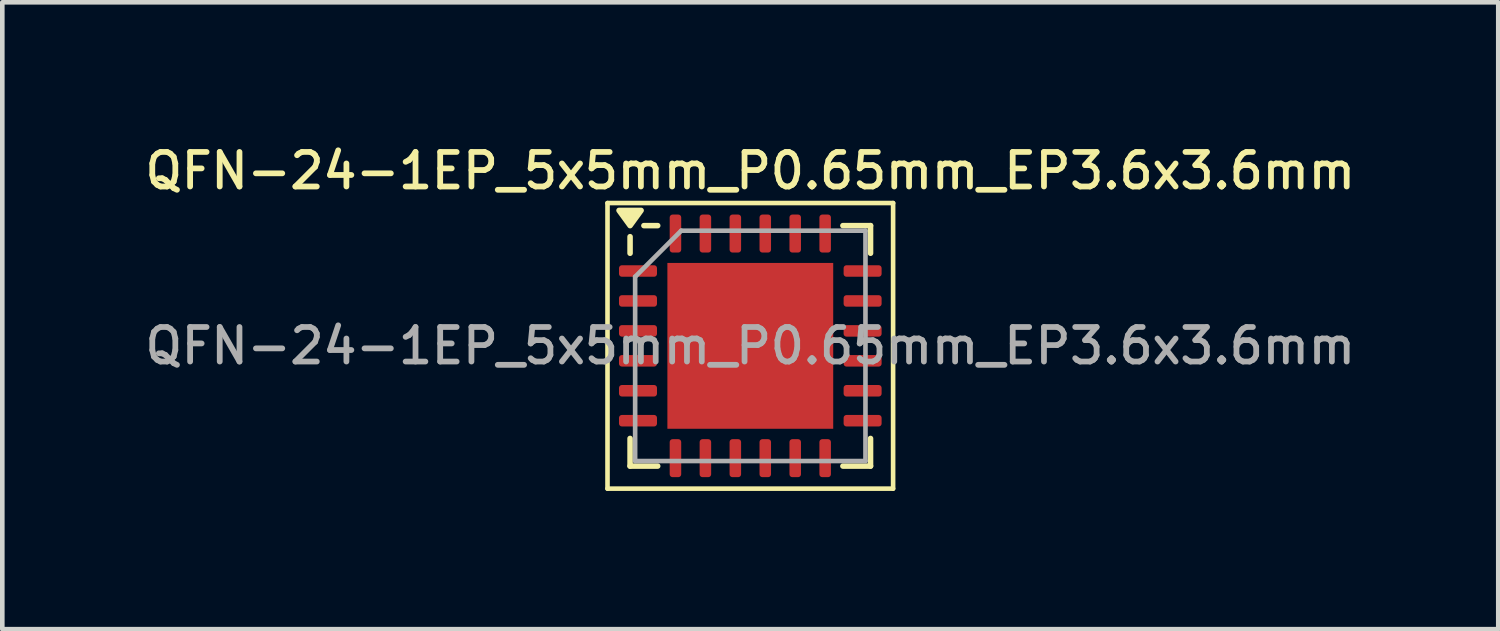
<source format=kicad_pcb>
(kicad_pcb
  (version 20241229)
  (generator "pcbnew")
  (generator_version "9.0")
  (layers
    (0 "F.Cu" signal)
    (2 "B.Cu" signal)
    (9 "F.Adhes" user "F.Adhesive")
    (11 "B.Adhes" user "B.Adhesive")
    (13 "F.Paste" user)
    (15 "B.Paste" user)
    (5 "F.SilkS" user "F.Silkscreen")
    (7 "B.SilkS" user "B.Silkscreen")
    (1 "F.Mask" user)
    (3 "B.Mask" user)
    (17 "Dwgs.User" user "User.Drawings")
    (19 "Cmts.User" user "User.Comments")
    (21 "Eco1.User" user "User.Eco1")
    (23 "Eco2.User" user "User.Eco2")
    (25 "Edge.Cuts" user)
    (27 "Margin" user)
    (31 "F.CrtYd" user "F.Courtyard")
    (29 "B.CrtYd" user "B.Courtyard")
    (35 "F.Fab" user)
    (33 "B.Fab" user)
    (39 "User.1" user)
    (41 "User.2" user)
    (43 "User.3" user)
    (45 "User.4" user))
  (footprint "QFN-24-1EP_5x5mm_P0.65mm_EP3.6x3.6mm"
    (layer "F.Cu")
    (at 13.238 4.458)
    (property "Reference" "QFN-24-1EP_5x5mm_P0.65mm_EP3.6x3.6mm" (at 0 -3.8 0) (layer "F.SilkS") (effects (font (size 0.75 0.75) (thickness 0.125))))
    (attr smd)
    (fp_line (start -3.1 -3.1) (end -3.1 3.1) (stroke (width 0.1) (type solid)) (layer "F.SilkS"))
    (fp_line (start -3.1 3.1) (end 3.1 3.1) (stroke (width 0.1) (type solid)) (layer "F.SilkS"))
    (fp_line (start -2.61 -2.01) (end -2.61 -2.37) (stroke (width 0.12) (type solid)) (layer "F.SilkS"))
    (fp_line (start -2.61 2.61) (end -2.61 2.01) (stroke (width 0.12) (type solid)) (layer "F.SilkS"))
    (fp_line (start -2.01 -2.61) (end -2.31 -2.61) (stroke (width 0.12) (type solid)) (layer "F.SilkS"))
    (fp_line (start -2.01 2.61) (end -2.61 2.61) (stroke (width 0.12) (type solid)) (layer "F.SilkS"))
    (fp_line (start 2.01 -2.61) (end 2.61 -2.61) (stroke (width 0.12) (type solid)) (layer "F.SilkS"))
    (fp_line (start 2.01 2.61) (end 2.61 2.61) (stroke (width 0.12) (type solid)) (layer "F.SilkS"))
    (fp_line (start 2.61 -2.61) (end 2.61 -2.01) (stroke (width 0.12) (type solid)) (layer "F.SilkS"))
    (fp_line (start 2.61 2.61) (end 2.61 2.01) (stroke (width 0.12) (type solid)) (layer "F.SilkS"))
    (fp_line (start 3.1 -3.1) (end -3.1 -3.1) (stroke (width 0.1) (type solid)) (layer "F.SilkS"))
    (fp_line (start 3.1 3.1) (end 3.1 -3.1) (stroke (width 0.1) (type solid)) (layer "F.SilkS"))
    (fp_poly (pts (xy -2.61 -2.61) (xy -2.85 -2.94) (xy -2.37 -2.94) (xy -2.61 -2.61)) (stroke (width 0.12) (type solid)) (fill yes) (layer "F.SilkS"))
    (fp_line (start -2.5 -1.5) (end -1.5 -2.5) (stroke (width 0.1) (type solid)) (layer "F.Fab"))
    (fp_line (start -2.5 2.5) (end -2.5 -1.5) (stroke (width 0.1) (type solid)) (layer "F.Fab"))
    (fp_line (start -1.5 -2.5) (end 2.5 -2.5) (stroke (width 0.1) (type solid)) (layer "F.Fab"))
    (fp_line (start 2.5 -2.5) (end 2.5 2.5) (stroke (width 0.1) (type solid)) (layer "F.Fab"))
    (fp_line (start 2.5 2.5) (end -2.5 2.5) (stroke (width 0.1) (type solid)) (layer "F.Fab"))
    (fp_text user "${REFERENCE}" (at 0 0 0) (layer "F.Fab") (effects (font (size 0.75 0.75) (thickness 0.125))))
    (pad "" smd roundrect (at -1.2 -1.2) (size 0.97 0.97) (layers "F.Paste") (roundrect_rratio 0.25))
    (pad "" smd roundrect (at -1.2 0) (size 0.97 0.97) (layers "F.Paste") (roundrect_rratio 0.25))
    (pad "" smd roundrect (at -1.2 1.2) (size 0.97 0.97) (layers "F.Paste") (roundrect_rratio 0.25))
    (pad "" smd roundrect (at 0 -1.2) (size 0.97 0.97) (layers "F.Paste") (roundrect_rratio 0.25))
    (pad "" smd roundrect (at 0 0) (size 0.97 0.97) (layers "F.Paste") (roundrect_rratio 0.25))
    (pad "" smd roundrect (at 0 1.2) (size 0.97 0.97) (layers "F.Paste") (roundrect_rratio 0.25))
    (pad "" smd roundrect (at 1.2 -1.2) (size 0.97 0.97) (layers "F.Paste") (roundrect_rratio 0.25))
    (pad "" smd roundrect (at 1.2 0) (size 0.97 0.97) (layers "F.Paste") (roundrect_rratio 0.25))
    (pad "" smd roundrect (at 1.2 1.2) (size 0.97 0.97) (layers "F.Paste") (roundrect_rratio 0.25))
    (pad "1" smd roundrect (at -2.438 -1.625) (size 0.825 0.25) (layers "F.Cu" "F.Mask" "F.Paste") (roundrect_rratio 0.25))
    (pad "2" smd roundrect (at -2.438 -0.975) (size 0.825 0.25) (layers "F.Cu" "F.Mask" "F.Paste") (roundrect_rratio 0.25))
    (pad "3" smd roundrect (at -2.438 -0.325) (size 0.825 0.25) (layers "F.Cu" "F.Mask" "F.Paste") (roundrect_rratio 0.25))
    (pad "4" smd roundrect (at -2.438 0.325) (size 0.825 0.25) (layers "F.Cu" "F.Mask" "F.Paste") (roundrect_rratio 0.25))
    (pad "5" smd roundrect (at -2.438 0.975) (size 0.825 0.25) (layers "F.Cu" "F.Mask" "F.Paste") (roundrect_rratio 0.25))
    (pad "6" smd roundrect (at -2.438 1.625) (size 0.825 0.25) (layers "F.Cu" "F.Mask" "F.Paste") (roundrect_rratio 0.25))
    (pad "7" smd roundrect (at -1.625 2.438) (size 0.25 0.825) (layers "F.Cu" "F.Mask" "F.Paste") (roundrect_rratio 0.25))
    (pad "8" smd roundrect (at -0.975 2.438) (size 0.25 0.825) (layers "F.Cu" "F.Mask" "F.Paste") (roundrect_rratio 0.25))
    (pad "9" smd roundrect (at -0.325 2.438) (size 0.25 0.825) (layers "F.Cu" "F.Mask" "F.Paste") (roundrect_rratio 0.25))
    (pad "10" smd roundrect (at 0.325 2.438) (size 0.25 0.825) (layers "F.Cu" "F.Mask" "F.Paste") (roundrect_rratio 0.25))
    (pad "11" smd roundrect (at 0.975 2.438) (size 0.25 0.825) (layers "F.Cu" "F.Mask" "F.Paste") (roundrect_rratio 0.25))
    (pad "12" smd roundrect (at 1.625 2.438) (size 0.25 0.825) (layers "F.Cu" "F.Mask" "F.Paste") (roundrect_rratio 0.25))
    (pad "13" smd roundrect (at 2.438 1.625) (size 0.825 0.25) (layers "F.Cu" "F.Mask" "F.Paste") (roundrect_rratio 0.25))
    (pad "14" smd roundrect (at 2.438 0.975) (size 0.825 0.25) (layers "F.Cu" "F.Mask" "F.Paste") (roundrect_rratio 0.25))
    (pad "15" smd roundrect (at 2.438 0.325) (size 0.825 0.25) (layers "F.Cu" "F.Mask" "F.Paste") (roundrect_rratio 0.25))
    (pad "16" smd roundrect (at 2.438 -0.325) (size 0.825 0.25) (layers "F.Cu" "F.Mask" "F.Paste") (roundrect_rratio 0.25))
    (pad "17" smd roundrect (at 2.438 -0.975) (size 0.825 0.25) (layers "F.Cu" "F.Mask" "F.Paste") (roundrect_rratio 0.25))
    (pad "18" smd roundrect (at 2.438 -1.625) (size 0.825 0.25) (layers "F.Cu" "F.Mask" "F.Paste") (roundrect_rratio 0.25))
    (pad "19" smd roundrect (at 1.625 -2.438) (size 0.25 0.825) (layers "F.Cu" "F.Mask" "F.Paste") (roundrect_rratio 0.25))
    (pad "20" smd roundrect (at 0.975 -2.438) (size 0.25 0.825) (layers "F.Cu" "F.Mask" "F.Paste") (roundrect_rratio 0.25))
    (pad "21" smd roundrect (at 0.325 -2.438) (size 0.25 0.825) (layers "F.Cu" "F.Mask" "F.Paste") (roundrect_rratio 0.25))
    (pad "22" smd roundrect (at -0.325 -2.438) (size 0.25 0.825) (layers "F.Cu" "F.Mask" "F.Paste") (roundrect_rratio 0.25))
    (pad "23" smd roundrect (at -0.975 -2.438) (size 0.25 0.825) (layers "F.Cu" "F.Mask" "F.Paste") (roundrect_rratio 0.25))
    (pad "24" smd roundrect (at -1.625 -2.438) (size 0.25 0.825) (layers "F.Cu" "F.Mask" "F.Paste") (roundrect_rratio 0.25))
    (pad "25" smd rect (at 0 0) (size 3.6 3.6) (property pad_prop_heatsink) (layers "F.Cu" "F.Mask")))
  (gr_rect
    (start -3 -3)
    (end 29.475 10.608)
    (stroke (width 0.1) (type default))
    (fill no)
    (layer "Edge.Cuts")))
</source>
